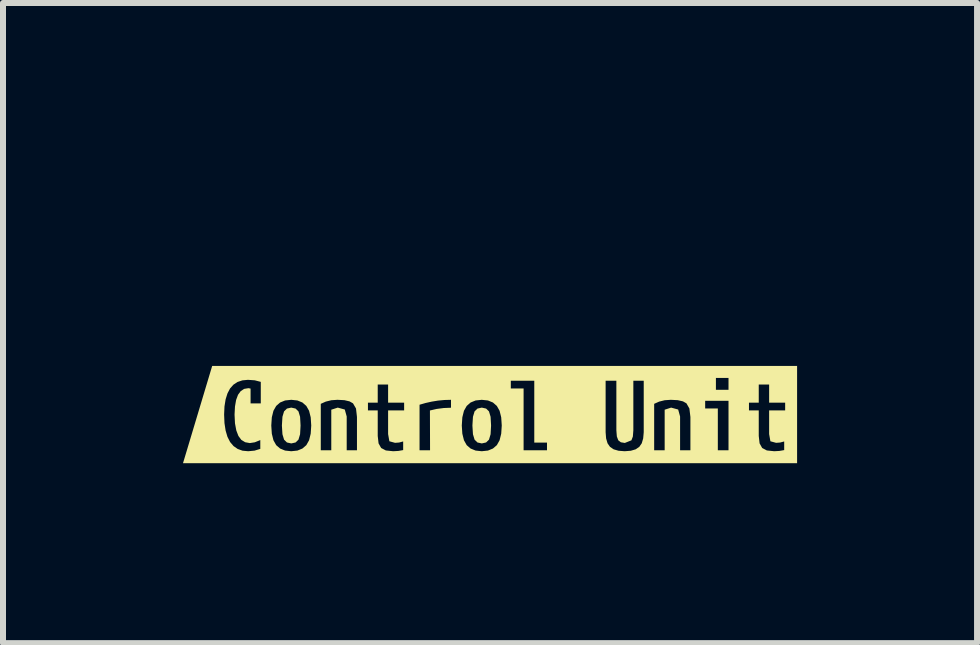
<source format=kicad_pcb>
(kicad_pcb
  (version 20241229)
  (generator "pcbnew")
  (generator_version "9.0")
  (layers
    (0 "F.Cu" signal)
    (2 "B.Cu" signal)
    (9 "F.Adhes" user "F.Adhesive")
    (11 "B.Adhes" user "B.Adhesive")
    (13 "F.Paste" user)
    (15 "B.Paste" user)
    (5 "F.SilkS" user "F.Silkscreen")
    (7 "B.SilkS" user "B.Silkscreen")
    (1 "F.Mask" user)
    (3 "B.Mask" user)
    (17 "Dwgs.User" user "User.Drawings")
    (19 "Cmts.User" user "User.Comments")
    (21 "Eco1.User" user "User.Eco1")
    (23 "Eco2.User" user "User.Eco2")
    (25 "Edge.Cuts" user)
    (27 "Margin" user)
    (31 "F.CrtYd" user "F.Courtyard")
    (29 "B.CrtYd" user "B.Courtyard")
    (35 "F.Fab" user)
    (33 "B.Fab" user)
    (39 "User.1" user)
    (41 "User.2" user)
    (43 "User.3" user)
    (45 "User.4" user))
  (footprint "kibuzzard-63BEB0CF"
    (layer "F.Cu")
    (at 5.117 3.859)
    (property "Reference" "kibuzzard-63BEB0CF" (at 0 -3.858 0) (layer "F.SilkS") (effects (font (size 0.001 0.001) (thickness 0.15))))
    (attr board_only exclude_from_pos_files exclude_from_bom)
    (fp_poly (pts (xy -3.433 0.418) (xy -3.385 0.465) (xy -3.313 0.481) (xy -3.241 0.465) (xy -3.193 0.418) (xy -3.166 0.328) (xy -3.158 0.183) (xy -3.166 0.037) (xy -3.193 -0.053) (xy -3.241 -0.1) (xy -3.313 -0.116) (xy -3.385 -0.1) (xy -3.433 -0.053) (xy -3.46 0.037) (xy -3.469 0.183) (xy -3.46 0.328) (xy -3.433 0.418)) (stroke (width 0) (type solid)) (fill yes) (layer "F.SilkS"))
    (fp_poly (pts (xy -0.258 0.418) (xy -0.21 0.465) (xy -0.138 0.481) (xy -0.066 0.465) (xy -0.018 0.418) (xy 0.009 0.328) (xy 0.017 0.183) (xy 0.009 0.037) (xy -0.018 -0.053) (xy -0.066 -0.1) (xy -0.138 -0.116) (xy -0.21 -0.1) (xy -0.258 -0.053) (xy -0.285 0.037) (xy -0.294 0.183) (xy -0.285 0.328) (xy -0.258 0.418)) (stroke (width 0) (type solid)) (fill yes) (layer "F.SilkS"))
    (fp_poly (pts (xy -4.432 -0.81) (xy -4.631 -0.81) (xy -5.117 0.81) (xy -4.631 0.81) (xy -4.432 0.81) (xy -4.031 0.81) (xy -4.031 0.611) (xy -4.125 0.602) (xy -4.206 0.573) (xy -4.275 0.525) (xy -4.332 0.458) (xy -4.376 0.372) (xy -4.407 0.267) (xy -4.426 0.143) (xy -4.432 0) (xy -4.426 -0.136) (xy -4.407 -0.254) (xy -4.376 -0.353) (xy -4.333 -0.435) (xy -4.277 -0.498) (xy -4.209 -0.543) (xy -4.128 -0.57) (xy -4.035 -0.579) (xy -3.922 -0.571) (xy -3.821 -0.545) (xy -3.821 -0.186) (xy -3.991 -0.186) (xy -3.991 -0.433) (xy -4.027 -0.44) (xy -4.098 -0.428) (xy -4.155 -0.391) (xy -4.2 -0.33) (xy -4.232 -0.244) (xy -4.251 -0.134) (xy -4.258 0) (xy -4.251 0.145) (xy -4.229 0.264) (xy -4.194 0.356) (xy -4.145 0.422) (xy -4.081 0.461) (xy -4.004 0.475) (xy -3.92 0.462) (xy -3.829 0.425) (xy -3.829 0.572) (xy -3.925 0.601) (xy -4.031 0.611) (xy -4.031 0.81) (xy -3.313 0.81) (xy -3.313 0.611) (xy -3.416 0.6) (xy -3.499 0.566) (xy -3.564 0.51) (xy -3.61 0.428) (xy -3.637 0.319) (xy -3.646 0.183) (xy -3.637 0.046) (xy -3.61 -0.063) (xy -3.564 -0.144) (xy -3.499 -0.201) (xy -3.416 -0.235) (xy -3.313 -0.246) (xy -3.21 -0.235) (xy -3.127 -0.201) (xy -3.062 -0.144) (xy -3.016 -0.063) (xy -2.989 0.046) (xy -2.98 0.183) (xy -2.989 0.319) (xy -3.016 0.428) (xy -3.062 0.51) (xy -3.127 0.566) (xy -3.21 0.6) (xy -3.313 0.611) (xy -3.313 0.81) (xy -2.218 0.81) (xy -2.218 0.595) (xy -2.389 0.595) (xy -2.389 0.032) (xy -2.421 -0.084) (xy -2.538 -0.116) (xy -2.646 -0.081) (xy -2.646 0.595) (xy -2.821 0.595) (xy -2.821 -0.179) (xy -2.738 -0.216) (xy -2.645 -0.239) (xy -2.543 -0.246) (xy -2.428 -0.24) (xy -2.342 -0.22) (xy -2.284 -0.187) (xy -2.234 -0.101) (xy -2.218 0.04) (xy -2.218 0.595) (xy -2.218 0.81) (xy -1.614 0.81) (xy -1.614 0.611) (xy -1.737 0.598) (xy -1.815 0.557) (xy -1.858 0.48) (xy -1.872 0.357) (xy -1.872 -0.07) (xy -2.035 -0.07) (xy -2.035 -0.198) (xy -1.872 -0.198) (xy -1.872 -0.5) (xy -1.699 -0.5) (xy -1.699 -0.198) (xy -1.432 -0.198) (xy -1.432 -0.07) (xy -1.699 -0.07) (xy -1.699 0.325) (xy -1.678 0.445) (xy -1.583 0.471) (xy -1.516 0.466) (xy -1.448 0.448) (xy -1.448 0.592) (xy -1.527 0.606) (xy -1.614 0.611) (xy -1.614 0.81) (xy -1 0.81) (xy -1 0.595) (xy -1.175 0.595) (xy -1.175 -0.164) (xy -1.074 -0.193) (xy -0.971 -0.216) (xy -0.866 -0.233) (xy -0.759 -0.243) (xy -0.651 -0.246) (xy -0.651 -0.114) (xy -0.772 -0.109) (xy -0.889 -0.094) (xy -1.002 -0.068) (xy -1 0.595) (xy -1 0.81) (xy -0.138 0.81) (xy -0.138 0.611) (xy -0.241 0.6) (xy -0.324 0.566) (xy -0.389 0.51) (xy -0.435 0.428) (xy -0.462 0.319) (xy -0.471 0.183) (xy -0.462 0.046) (xy -0.435 -0.063) (xy -0.389 -0.144) (xy -0.324 -0.201) (xy -0.241 -0.235) (xy -0.138 -0.246) (xy -0.035 -0.235) (xy 0.048 -0.201) (xy 0.113 -0.144) (xy 0.159 -0.063) (xy 0.186 0.046) (xy 0.195 0.183) (xy 0.186 0.319) (xy 0.159 0.428) (xy 0.113 0.51) (xy 0.048 0.566) (xy -0.035 0.6) (xy -0.138 0.611) (xy -0.138 0.81) (xy 0.949 0.81) (xy 0.949 0.595) (xy 0.559 0.595) (xy 0.559 -0.435) (xy 0.346 -0.435) (xy 0.346 -0.564) (xy 0.737 -0.564) (xy 0.737 0.467) (xy 0.949 0.467) (xy 0.949 0.595) (xy 0.949 0.81) (xy 2.243 0.81) (xy 2.243 0.611) (xy 2.141 0.603) (xy 2.059 0.579) (xy 1.999 0.538) (xy 1.958 0.479) (xy 1.934 0.397) (xy 1.926 0.294) (xy 1.926 -0.564) (xy 2.105 -0.564) (xy 2.105 0.262) (xy 2.113 0.365) (xy 2.137 0.429) (xy 2.18 0.462) (xy 2.246 0.473) (xy 2.356 0.429) (xy 2.38 0.366) (xy 2.388 0.262) (xy 2.388 -0.564) (xy 2.561 -0.564) (xy 2.561 0.294) (xy 2.552 0.397) (xy 2.528 0.479) (xy 2.487 0.538) (xy 2.427 0.579) (xy 2.346 0.603) (xy 2.243 0.611) (xy 2.243 0.81) (xy 3.339 0.81) (xy 3.339 0.595) (xy 3.167 0.595) (xy 3.167 0.032) (xy 3.135 -0.084) (xy 3.018 -0.116) (xy 2.91 -0.081) (xy 2.91 0.595) (xy 2.735 0.595) (xy 2.735 -0.179) (xy 2.818 -0.216) (xy 2.911 -0.239) (xy 3.013 -0.246) (xy 3.128 -0.24) (xy 3.215 -0.22) (xy 3.273 -0.187) (xy 3.322 -0.101) (xy 3.339 0.04) (xy 3.339 0.595) (xy 3.339 0.81) (xy 3.974 0.81) (xy 3.974 0.595) (xy 3.796 0.595) (xy 3.796 -0.102) (xy 3.585 -0.102) (xy 3.585 -0.23) (xy 3.764 -0.23) (xy 3.764 -0.413) (xy 3.764 -0.611) (xy 3.974 -0.611) (xy 3.974 -0.413) (xy 3.764 -0.413) (xy 3.764 -0.23) (xy 3.974 -0.23) (xy 3.974 0.595) (xy 3.974 0.81) (xy 4.736 0.81) (xy 4.736 0.611) (xy 4.613 0.598) (xy 4.535 0.557) (xy 4.492 0.48) (xy 4.478 0.357) (xy 4.478 -0.07) (xy 4.315 -0.07) (xy 4.315 -0.198) (xy 4.478 -0.198) (xy 4.478 -0.5) (xy 4.651 -0.5) (xy 4.651 -0.198) (xy 4.918 -0.198) (xy 4.918 -0.07) (xy 4.651 -0.07) (xy 4.651 0.325) (xy 4.672 0.445) (xy 4.767 0.471) (xy 4.834 0.466) (xy 4.902 0.448) (xy 4.902 0.592) (xy 4.823 0.606) (xy 4.736 0.611) (xy 4.736 0.81) (xy 4.918 0.81) (xy 5.117 0.81) (xy 5.117 -0.81) (xy 4.918 -0.81) (xy -4.432 -0.81)) (stroke (width 0) (type solid)) (fill yes) (layer "F.SilkS")))
  (gr_rect
    (start -3 -3)
    (end 13.233 7.668)
    (stroke (width 0.1) (type default))
    (fill no)
    (layer "Edge.Cuts")))
</source>
